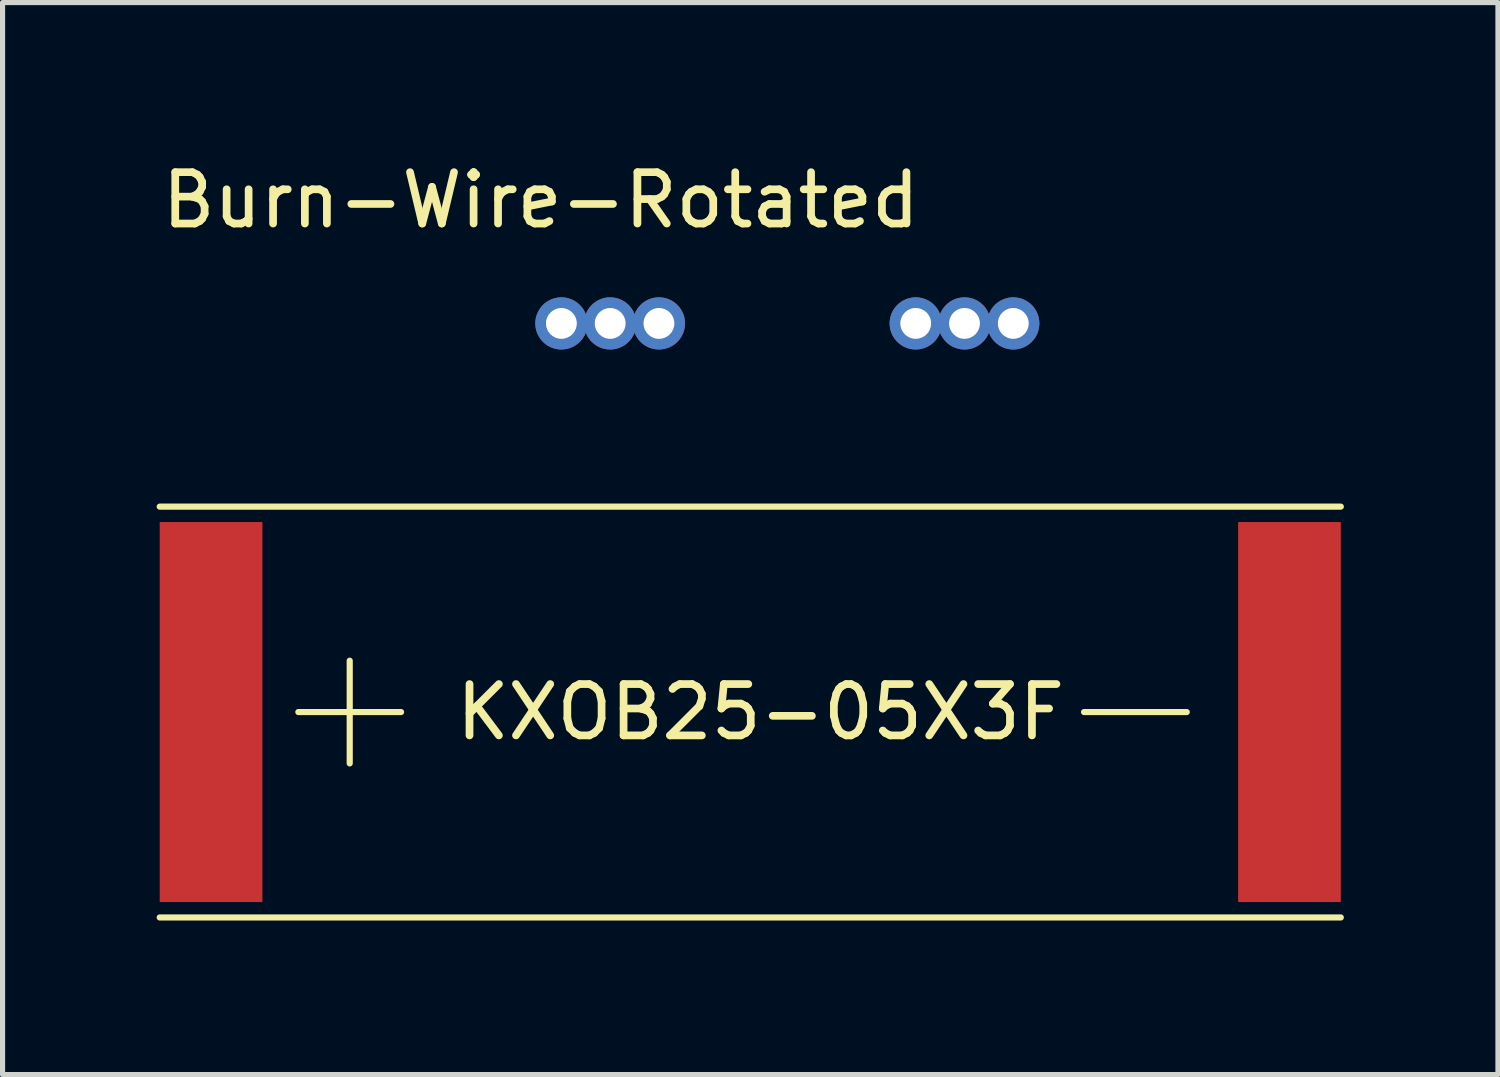
<source format=kicad_pcb>
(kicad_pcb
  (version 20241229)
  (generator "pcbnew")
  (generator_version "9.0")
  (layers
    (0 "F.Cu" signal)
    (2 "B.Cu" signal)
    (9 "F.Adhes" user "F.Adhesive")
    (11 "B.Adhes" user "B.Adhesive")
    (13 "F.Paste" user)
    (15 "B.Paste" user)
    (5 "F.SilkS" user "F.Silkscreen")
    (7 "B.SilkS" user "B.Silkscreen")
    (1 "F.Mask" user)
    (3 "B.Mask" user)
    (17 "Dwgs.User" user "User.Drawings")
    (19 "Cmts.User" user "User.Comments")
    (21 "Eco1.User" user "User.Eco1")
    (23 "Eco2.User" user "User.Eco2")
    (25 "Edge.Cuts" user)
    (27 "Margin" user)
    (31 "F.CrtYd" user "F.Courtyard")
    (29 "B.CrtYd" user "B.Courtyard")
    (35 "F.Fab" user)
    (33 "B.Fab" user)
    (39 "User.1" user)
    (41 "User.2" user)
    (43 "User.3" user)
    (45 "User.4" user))
  (footprint "Burn-Wire-Rotated"
    (layer "F.Cu")
    (at 9.782 3.248)
    (property "Reference" "Burn-Wire-Rotated" (at -2.3 -2.4 0) (layer "F.SilkS") (effects (font (size 1 1) (thickness 0.15))))
    (attr through_hole)
    (pad "1" thru_hole circle (at -1.9 0) (size 1.016 1.016) (drill 0.6) (layers "*.Cu" "*.Mask"))
    (pad "1" thru_hole circle (at -0.95 0) (size 1.016 1.016) (drill 0.6) (layers "*.Cu" "*.Mask"))
    (pad "1" thru_hole circle (at 0 0) (size 1.016 1.016) (drill 0.6) (layers "*.Cu" "*.Mask"))
    (pad "2" thru_hole circle (at 5 0) (size 1.016 1.016) (drill 0.6) (layers "*.Cu" "*.Mask"))
    (pad "2" thru_hole circle (at 5.95 0) (size 1.016 1.016) (drill 0.6) (layers "*.Cu" "*.Mask"))
    (pad "2" thru_hole circle (at 6.9 0) (size 1.016 1.016) (drill 0.6) (layers "*.Cu" "*.Mask")))
  (footprint "KXOB25-05X3F"
    (layer "F.Cu")
    (at 1.06 10.816)
    (property "Reference" "KXOB25-05X3F" (at 10.7 0 0) (layer "F.SilkS") (effects (font (size 1 1) (thickness 0.15))))
    (attr through_hole)
    (fp_line (start -1 -4) (end 22 -4) (stroke (width 0.12) (type solid)) (layer "F.SilkS"))
    (fp_line (start 1.7 0) (end 3.7 0) (stroke (width 0.12) (type solid)) (layer "F.SilkS"))
    (fp_line (start 2.7 -1) (end 2.7 1) (stroke (width 0.12) (type solid)) (layer "F.SilkS"))
    (fp_line (start 17 0) (end 19 0) (stroke (width 0.12) (type solid)) (layer "F.SilkS"))
    (fp_line (start 22 4) (end -1 4) (stroke (width 0.12) (type solid)) (layer "F.SilkS"))
    (pad "1" smd rect (at 0 0) (size 2 7.4) (layers "F.Cu" "F.Mask" "F.Paste"))
    (pad "2" smd rect (at 21 0) (size 2 7.4) (layers "F.Cu" "F.Mask" "F.Paste")))
  (gr_rect
    (start -3 -3)
    (end 26.12 17.876)
    (stroke (width 0.1) (type default))
    (fill no)
    (layer "Edge.Cuts")))
</source>
